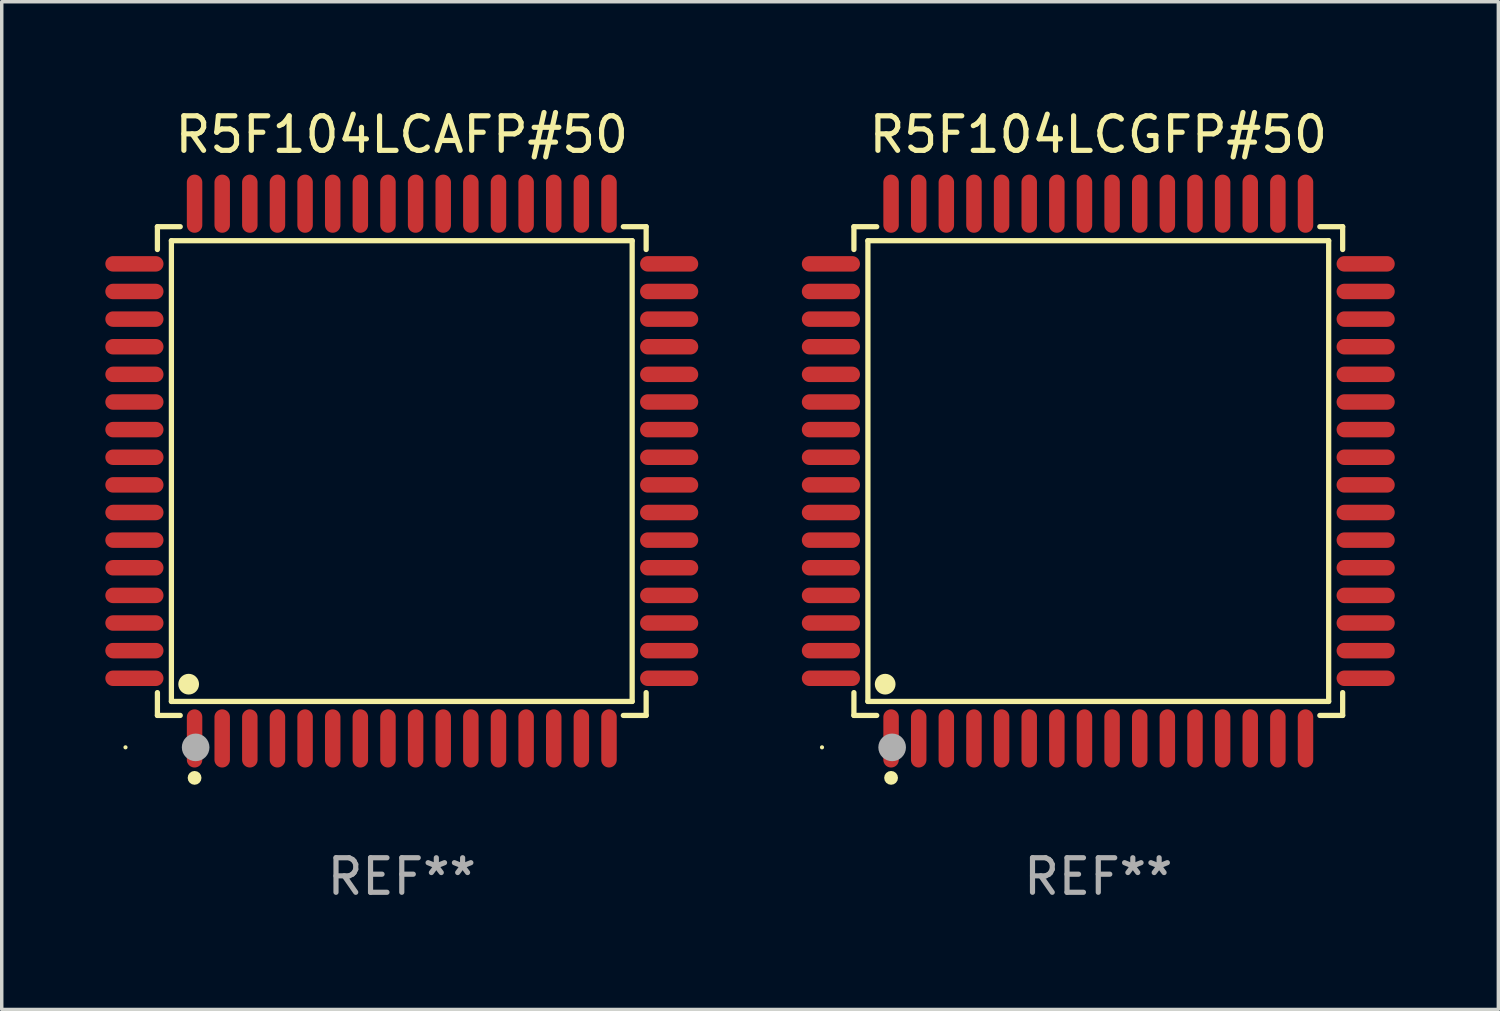
<source format=kicad_pcb>
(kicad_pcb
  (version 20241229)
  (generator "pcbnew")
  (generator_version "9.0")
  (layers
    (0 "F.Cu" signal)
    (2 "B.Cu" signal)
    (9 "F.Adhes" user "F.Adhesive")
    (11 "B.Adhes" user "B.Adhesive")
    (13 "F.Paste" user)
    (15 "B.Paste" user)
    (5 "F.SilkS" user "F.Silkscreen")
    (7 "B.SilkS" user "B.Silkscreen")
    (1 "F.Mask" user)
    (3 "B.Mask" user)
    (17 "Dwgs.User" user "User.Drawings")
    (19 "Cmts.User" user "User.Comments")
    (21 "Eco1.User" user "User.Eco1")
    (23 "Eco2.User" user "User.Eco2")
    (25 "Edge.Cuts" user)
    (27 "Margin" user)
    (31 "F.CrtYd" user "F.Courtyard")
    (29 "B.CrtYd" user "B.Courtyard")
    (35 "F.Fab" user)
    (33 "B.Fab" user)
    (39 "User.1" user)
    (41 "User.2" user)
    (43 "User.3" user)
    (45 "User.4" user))
  (footprint "R5F104LCGFP#50"
    (layer "F.Cu")
    (at 28.752 10.59)
    (property "Reference" "R5F104LCGFP#50" (at 0 -9.742 0) (layer "F.SilkS") (effects (font (size 1 1) (thickness 0.15))))
    (attr through_hole)
    (fp_line (start -7.076 -7.076) (end -6.415 -7.076) (stroke (width 0.152) (type solid)) (layer "F.SilkS"))
    (fp_line (start -7.076 -6.415) (end -7.076 -7.076) (stroke (width 0.152) (type solid)) (layer "F.SilkS"))
    (fp_line (start -7.076 6.415) (end -7.076 7.076) (stroke (width 0.152) (type solid)) (layer "F.SilkS"))
    (fp_line (start -7.076 7.076) (end -6.415 7.076) (stroke (width 0.152) (type solid)) (layer "F.SilkS"))
    (fp_line (start -6.671 -6.671) (end 6.671 -6.671) (stroke (width 0.152) (type solid)) (layer "F.SilkS"))
    (fp_line (start -6.671 6.671) (end -6.671 -6.671) (stroke (width 0.152) (type solid)) (layer "F.SilkS"))
    (fp_line (start 6.671 -6.671) (end 6.671 6.671) (stroke (width 0.152) (type solid)) (layer "F.SilkS"))
    (fp_line (start 6.671 6.671) (end -6.671 6.671) (stroke (width 0.152) (type solid)) (layer "F.SilkS"))
    (fp_line (start 7.076 -7.076) (end 6.415 -7.076) (stroke (width 0.152) (type solid)) (layer "F.SilkS"))
    (fp_line (start 7.076 -6.415) (end 7.076 -7.076) (stroke (width 0.152) (type solid)) (layer "F.SilkS"))
    (fp_line (start 7.076 6.415) (end 7.076 7.076) (stroke (width 0.152) (type solid)) (layer "F.SilkS"))
    (fp_line (start 7.076 7.076) (end 6.415 7.076) (stroke (width 0.152) (type solid)) (layer "F.SilkS"))
    (fp_circle (center -8 8) (end -7.97 8) (stroke (width 0.06) (type solid)) (fill no) (layer "F.SilkS"))
    (fp_circle (center -6.171 6.171) (end -6.021 6.171) (stroke (width 0.3) (type solid)) (fill no) (layer "F.SilkS"))
    (fp_circle (center -6 8.884) (end -5.9 8.884) (stroke (width 0.2) (type solid)) (fill no) (layer "F.SilkS"))
    (fp_circle (center -5.969 8.001) (end -5.769 8.001) (stroke (width 0.4) (type solid)) (fill no) (layer "F.Fab"))
    (fp_text user "REF**" (at 0 11.742 0) (layer "F.Fab") (effects (font (size 1 1) (thickness 0.15))))
    (pad "1" smd oval (at -6 7.742) (size 0.448 1.684) (layers "F.Cu" "F.Mask" "F.Paste"))
    (pad "2" smd oval (at -5.2 7.742) (size 0.448 1.684) (layers "F.Cu" "F.Mask" "F.Paste"))
    (pad "3" smd oval (at -4.4 7.742) (size 0.448 1.684) (layers "F.Cu" "F.Mask" "F.Paste"))
    (pad "4" smd oval (at -3.6 7.742) (size 0.448 1.684) (layers "F.Cu" "F.Mask" "F.Paste"))
    (pad "5" smd oval (at -2.8 7.742) (size 0.448 1.684) (layers "F.Cu" "F.Mask" "F.Paste"))
    (pad "6" smd oval (at -2 7.742) (size 0.448 1.684) (layers "F.Cu" "F.Mask" "F.Paste"))
    (pad "7" smd oval (at -1.2 7.742) (size 0.448 1.684) (layers "F.Cu" "F.Mask" "F.Paste"))
    (pad "8" smd oval (at -0.4 7.742) (size 0.448 1.684) (layers "F.Cu" "F.Mask" "F.Paste"))
    (pad "9" smd oval (at 0.4 7.742) (size 0.448 1.684) (layers "F.Cu" "F.Mask" "F.Paste"))
    (pad "10" smd oval (at 1.2 7.742) (size 0.448 1.684) (layers "F.Cu" "F.Mask" "F.Paste"))
    (pad "11" smd oval (at 2 7.742) (size 0.448 1.684) (layers "F.Cu" "F.Mask" "F.Paste"))
    (pad "12" smd oval (at 2.8 7.742) (size 0.448 1.684) (layers "F.Cu" "F.Mask" "F.Paste"))
    (pad "13" smd oval (at 3.6 7.742) (size 0.448 1.684) (layers "F.Cu" "F.Mask" "F.Paste"))
    (pad "14" smd oval (at 4.4 7.742) (size 0.448 1.684) (layers "F.Cu" "F.Mask" "F.Paste"))
    (pad "15" smd oval (at 5.2 7.742) (size 0.448 1.684) (layers "F.Cu" "F.Mask" "F.Paste"))
    (pad "16" smd oval (at 6 7.742) (size 0.448 1.684) (layers "F.Cu" "F.Mask" "F.Paste"))
    (pad "17" smd oval (at 7.742 6) (size 1.684 0.448) (layers "F.Cu" "F.Mask" "F.Paste"))
    (pad "18" smd oval (at 7.742 5.2) (size 1.684 0.448) (layers "F.Cu" "F.Mask" "F.Paste"))
    (pad "19" smd oval (at 7.742 4.4) (size 1.684 0.448) (layers "F.Cu" "F.Mask" "F.Paste"))
    (pad "20" smd oval (at 7.742 3.6) (size 1.684 0.448) (layers "F.Cu" "F.Mask" "F.Paste"))
    (pad "21" smd oval (at 7.742 2.8) (size 1.684 0.448) (layers "F.Cu" "F.Mask" "F.Paste"))
    (pad "22" smd oval (at 7.742 2) (size 1.684 0.448) (layers "F.Cu" "F.Mask" "F.Paste"))
    (pad "23" smd oval (at 7.742 1.2) (size 1.684 0.448) (layers "F.Cu" "F.Mask" "F.Paste"))
    (pad "24" smd oval (at 7.742 0.4) (size 1.684 0.448) (layers "F.Cu" "F.Mask" "F.Paste"))
    (pad "25" smd oval (at 7.742 -0.4) (size 1.684 0.448) (layers "F.Cu" "F.Mask" "F.Paste"))
    (pad "26" smd oval (at 7.742 -1.2) (size 1.684 0.448) (layers "F.Cu" "F.Mask" "F.Paste"))
    (pad "27" smd oval (at 7.742 -2) (size 1.684 0.448) (layers "F.Cu" "F.Mask" "F.Paste"))
    (pad "28" smd oval (at 7.742 -2.8) (size 1.684 0.448) (layers "F.Cu" "F.Mask" "F.Paste"))
    (pad "29" smd oval (at 7.742 -3.6) (size 1.684 0.448) (layers "F.Cu" "F.Mask" "F.Paste"))
    (pad "30" smd oval (at 7.742 -4.4) (size 1.684 0.448) (layers "F.Cu" "F.Mask" "F.Paste"))
    (pad "31" smd oval (at 7.742 -5.2) (size 1.684 0.448) (layers "F.Cu" "F.Mask" "F.Paste"))
    (pad "32" smd oval (at 7.742 -6) (size 1.684 0.448) (layers "F.Cu" "F.Mask" "F.Paste"))
    (pad "33" smd oval (at 6 -7.742) (size 0.448 1.684) (layers "F.Cu" "F.Mask" "F.Paste"))
    (pad "34" smd oval (at 5.2 -7.742) (size 0.448 1.684) (layers "F.Cu" "F.Mask" "F.Paste"))
    (pad "35" smd oval (at 4.4 -7.742) (size 0.448 1.684) (layers "F.Cu" "F.Mask" "F.Paste"))
    (pad "36" smd oval (at 3.6 -7.742) (size 0.448 1.684) (layers "F.Cu" "F.Mask" "F.Paste"))
    (pad "37" smd oval (at 2.8 -7.742) (size 0.448 1.684) (layers "F.Cu" "F.Mask" "F.Paste"))
    (pad "38" smd oval (at 2 -7.742) (size 0.448 1.684) (layers "F.Cu" "F.Mask" "F.Paste"))
    (pad "39" smd oval (at 1.2 -7.742) (size 0.448 1.684) (layers "F.Cu" "F.Mask" "F.Paste"))
    (pad "40" smd oval (at 0.4 -7.742) (size 0.448 1.684) (layers "F.Cu" "F.Mask" "F.Paste"))
    (pad "41" smd oval (at -0.4 -7.742) (size 0.448 1.684) (layers "F.Cu" "F.Mask" "F.Paste"))
    (pad "42" smd oval (at -1.2 -7.742) (size 0.448 1.684) (layers "F.Cu" "F.Mask" "F.Paste"))
    (pad "43" smd oval (at -2 -7.742) (size 0.448 1.684) (layers "F.Cu" "F.Mask" "F.Paste"))
    (pad "44" smd oval (at -2.8 -7.742) (size 0.448 1.684) (layers "F.Cu" "F.Mask" "F.Paste"))
    (pad "45" smd oval (at -3.6 -7.742) (size 0.448 1.684) (layers "F.Cu" "F.Mask" "F.Paste"))
    (pad "46" smd oval (at -4.4 -7.742) (size 0.448 1.684) (layers "F.Cu" "F.Mask" "F.Paste"))
    (pad "47" smd oval (at -5.2 -7.742) (size 0.448 1.684) (layers "F.Cu" "F.Mask" "F.Paste"))
    (pad "48" smd oval (at -6 -7.742) (size 0.448 1.684) (layers "F.Cu" "F.Mask" "F.Paste"))
    (pad "49" smd oval (at -7.742 -6) (size 1.684 0.448) (layers "F.Cu" "F.Mask" "F.Paste"))
    (pad "50" smd oval (at -7.742 -5.2) (size 1.684 0.448) (layers "F.Cu" "F.Mask" "F.Paste"))
    (pad "51" smd oval (at -7.742 -4.4) (size 1.684 0.448) (layers "F.Cu" "F.Mask" "F.Paste"))
    (pad "52" smd oval (at -7.742 -3.6) (size 1.684 0.448) (layers "F.Cu" "F.Mask" "F.Paste"))
    (pad "53" smd oval (at -7.742 -2.8) (size 1.684 0.448) (layers "F.Cu" "F.Mask" "F.Paste"))
    (pad "54" smd oval (at -7.742 -2) (size 1.684 0.448) (layers "F.Cu" "F.Mask" "F.Paste"))
    (pad "55" smd oval (at -7.742 -1.2) (size 1.684 0.448) (layers "F.Cu" "F.Mask" "F.Paste"))
    (pad "56" smd oval (at -7.742 -0.4) (size 1.684 0.448) (layers "F.Cu" "F.Mask" "F.Paste"))
    (pad "57" smd oval (at -7.742 0.4) (size 1.684 0.448) (layers "F.Cu" "F.Mask" "F.Paste"))
    (pad "58" smd oval (at -7.742 1.2) (size 1.684 0.448) (layers "F.Cu" "F.Mask" "F.Paste"))
    (pad "59" smd oval (at -7.742 2) (size 1.684 0.448) (layers "F.Cu" "F.Mask" "F.Paste"))
    (pad "60" smd oval (at -7.742 2.8) (size 1.684 0.448) (layers "F.Cu" "F.Mask" "F.Paste"))
    (pad "61" smd oval (at -7.742 3.6) (size 1.684 0.448) (layers "F.Cu" "F.Mask" "F.Paste"))
    (pad "62" smd oval (at -7.742 4.4) (size 1.684 0.448) (layers "F.Cu" "F.Mask" "F.Paste"))
    (pad "63" smd oval (at -7.742 5.2) (size 1.684 0.448) (layers "F.Cu" "F.Mask" "F.Paste"))
    (pad "64" smd oval (at -7.742 6) (size 1.684 0.448) (layers "F.Cu" "F.Mask" "F.Paste")))
  (footprint "R5F104LCAFP#50"
    (layer "F.Cu")
    (at 8.584 10.59)
    (property "Reference" "R5F104LCAFP#50" (at 0 -9.742 0) (layer "F.SilkS") (effects (font (size 1 1) (thickness 0.15))))
    (attr through_hole)
    (fp_line (start -7.076 -7.076) (end -6.415 -7.076) (stroke (width 0.152) (type solid)) (layer "F.SilkS"))
    (fp_line (start -7.076 -6.415) (end -7.076 -7.076) (stroke (width 0.152) (type solid)) (layer "F.SilkS"))
    (fp_line (start -7.076 6.415) (end -7.076 7.076) (stroke (width 0.152) (type solid)) (layer "F.SilkS"))
    (fp_line (start -7.076 7.076) (end -6.415 7.076) (stroke (width 0.152) (type solid)) (layer "F.SilkS"))
    (fp_line (start -6.671 -6.671) (end 6.671 -6.671) (stroke (width 0.152) (type solid)) (layer "F.SilkS"))
    (fp_line (start -6.671 6.671) (end -6.671 -6.671) (stroke (width 0.152) (type solid)) (layer "F.SilkS"))
    (fp_line (start 6.671 -6.671) (end 6.671 6.671) (stroke (width 0.152) (type solid)) (layer "F.SilkS"))
    (fp_line (start 6.671 6.671) (end -6.671 6.671) (stroke (width 0.152) (type solid)) (layer "F.SilkS"))
    (fp_line (start 7.076 -7.076) (end 6.415 -7.076) (stroke (width 0.152) (type solid)) (layer "F.SilkS"))
    (fp_line (start 7.076 -6.415) (end 7.076 -7.076) (stroke (width 0.152) (type solid)) (layer "F.SilkS"))
    (fp_line (start 7.076 6.415) (end 7.076 7.076) (stroke (width 0.152) (type solid)) (layer "F.SilkS"))
    (fp_line (start 7.076 7.076) (end 6.415 7.076) (stroke (width 0.152) (type solid)) (layer "F.SilkS"))
    (fp_circle (center -8 8) (end -7.97 8) (stroke (width 0.06) (type solid)) (fill no) (layer "F.SilkS"))
    (fp_circle (center -6.171 6.171) (end -6.021 6.171) (stroke (width 0.3) (type solid)) (fill no) (layer "F.SilkS"))
    (fp_circle (center -6 8.884) (end -5.9 8.884) (stroke (width 0.2) (type solid)) (fill no) (layer "F.SilkS"))
    (fp_circle (center -5.969 8.001) (end -5.769 8.001) (stroke (width 0.4) (type solid)) (fill no) (layer "F.Fab"))
    (fp_text user "REF**" (at 0 11.742 0) (layer "F.Fab") (effects (font (size 1 1) (thickness 0.15))))
    (pad "1" smd oval (at -6 7.742) (size 0.448 1.684) (layers "F.Cu" "F.Mask" "F.Paste"))
    (pad "2" smd oval (at -5.2 7.742) (size 0.448 1.684) (layers "F.Cu" "F.Mask" "F.Paste"))
    (pad "3" smd oval (at -4.4 7.742) (size 0.448 1.684) (layers "F.Cu" "F.Mask" "F.Paste"))
    (pad "4" smd oval (at -3.6 7.742) (size 0.448 1.684) (layers "F.Cu" "F.Mask" "F.Paste"))
    (pad "5" smd oval (at -2.8 7.742) (size 0.448 1.684) (layers "F.Cu" "F.Mask" "F.Paste"))
    (pad "6" smd oval (at -2 7.742) (size 0.448 1.684) (layers "F.Cu" "F.Mask" "F.Paste"))
    (pad "7" smd oval (at -1.2 7.742) (size 0.448 1.684) (layers "F.Cu" "F.Mask" "F.Paste"))
    (pad "8" smd oval (at -0.4 7.742) (size 0.448 1.684) (layers "F.Cu" "F.Mask" "F.Paste"))
    (pad "9" smd oval (at 0.4 7.742) (size 0.448 1.684) (layers "F.Cu" "F.Mask" "F.Paste"))
    (pad "10" smd oval (at 1.2 7.742) (size 0.448 1.684) (layers "F.Cu" "F.Mask" "F.Paste"))
    (pad "11" smd oval (at 2 7.742) (size 0.448 1.684) (layers "F.Cu" "F.Mask" "F.Paste"))
    (pad "12" smd oval (at 2.8 7.742) (size 0.448 1.684) (layers "F.Cu" "F.Mask" "F.Paste"))
    (pad "13" smd oval (at 3.6 7.742) (size 0.448 1.684) (layers "F.Cu" "F.Mask" "F.Paste"))
    (pad "14" smd oval (at 4.4 7.742) (size 0.448 1.684) (layers "F.Cu" "F.Mask" "F.Paste"))
    (pad "15" smd oval (at 5.2 7.742) (size 0.448 1.684) (layers "F.Cu" "F.Mask" "F.Paste"))
    (pad "16" smd oval (at 6 7.742) (size 0.448 1.684) (layers "F.Cu" "F.Mask" "F.Paste"))
    (pad "17" smd oval (at 7.742 6) (size 1.684 0.448) (layers "F.Cu" "F.Mask" "F.Paste"))
    (pad "18" smd oval (at 7.742 5.2) (size 1.684 0.448) (layers "F.Cu" "F.Mask" "F.Paste"))
    (pad "19" smd oval (at 7.742 4.4) (size 1.684 0.448) (layers "F.Cu" "F.Mask" "F.Paste"))
    (pad "20" smd oval (at 7.742 3.6) (size 1.684 0.448) (layers "F.Cu" "F.Mask" "F.Paste"))
    (pad "21" smd oval (at 7.742 2.8) (size 1.684 0.448) (layers "F.Cu" "F.Mask" "F.Paste"))
    (pad "22" smd oval (at 7.742 2) (size 1.684 0.448) (layers "F.Cu" "F.Mask" "F.Paste"))
    (pad "23" smd oval (at 7.742 1.2) (size 1.684 0.448) (layers "F.Cu" "F.Mask" "F.Paste"))
    (pad "24" smd oval (at 7.742 0.4) (size 1.684 0.448) (layers "F.Cu" "F.Mask" "F.Paste"))
    (pad "25" smd oval (at 7.742 -0.4) (size 1.684 0.448) (layers "F.Cu" "F.Mask" "F.Paste"))
    (pad "26" smd oval (at 7.742 -1.2) (size 1.684 0.448) (layers "F.Cu" "F.Mask" "F.Paste"))
    (pad "27" smd oval (at 7.742 -2) (size 1.684 0.448) (layers "F.Cu" "F.Mask" "F.Paste"))
    (pad "28" smd oval (at 7.742 -2.8) (size 1.684 0.448) (layers "F.Cu" "F.Mask" "F.Paste"))
    (pad "29" smd oval (at 7.742 -3.6) (size 1.684 0.448) (layers "F.Cu" "F.Mask" "F.Paste"))
    (pad "30" smd oval (at 7.742 -4.4) (size 1.684 0.448) (layers "F.Cu" "F.Mask" "F.Paste"))
    (pad "31" smd oval (at 7.742 -5.2) (size 1.684 0.448) (layers "F.Cu" "F.Mask" "F.Paste"))
    (pad "32" smd oval (at 7.742 -6) (size 1.684 0.448) (layers "F.Cu" "F.Mask" "F.Paste"))
    (pad "33" smd oval (at 6 -7.742) (size 0.448 1.684) (layers "F.Cu" "F.Mask" "F.Paste"))
    (pad "34" smd oval (at 5.2 -7.742) (size 0.448 1.684) (layers "F.Cu" "F.Mask" "F.Paste"))
    (pad "35" smd oval (at 4.4 -7.742) (size 0.448 1.684) (layers "F.Cu" "F.Mask" "F.Paste"))
    (pad "36" smd oval (at 3.6 -7.742) (size 0.448 1.684) (layers "F.Cu" "F.Mask" "F.Paste"))
    (pad "37" smd oval (at 2.8 -7.742) (size 0.448 1.684) (layers "F.Cu" "F.Mask" "F.Paste"))
    (pad "38" smd oval (at 2 -7.742) (size 0.448 1.684) (layers "F.Cu" "F.Mask" "F.Paste"))
    (pad "39" smd oval (at 1.2 -7.742) (size 0.448 1.684) (layers "F.Cu" "F.Mask" "F.Paste"))
    (pad "40" smd oval (at 0.4 -7.742) (size 0.448 1.684) (layers "F.Cu" "F.Mask" "F.Paste"))
    (pad "41" smd oval (at -0.4 -7.742) (size 0.448 1.684) (layers "F.Cu" "F.Mask" "F.Paste"))
    (pad "42" smd oval (at -1.2 -7.742) (size 0.448 1.684) (layers "F.Cu" "F.Mask" "F.Paste"))
    (pad "43" smd oval (at -2 -7.742) (size 0.448 1.684) (layers "F.Cu" "F.Mask" "F.Paste"))
    (pad "44" smd oval (at -2.8 -7.742) (size 0.448 1.684) (layers "F.Cu" "F.Mask" "F.Paste"))
    (pad "45" smd oval (at -3.6 -7.742) (size 0.448 1.684) (layers "F.Cu" "F.Mask" "F.Paste"))
    (pad "46" smd oval (at -4.4 -7.742) (size 0.448 1.684) (layers "F.Cu" "F.Mask" "F.Paste"))
    (pad "47" smd oval (at -5.2 -7.742) (size 0.448 1.684) (layers "F.Cu" "F.Mask" "F.Paste"))
    (pad "48" smd oval (at -6 -7.742) (size 0.448 1.684) (layers "F.Cu" "F.Mask" "F.Paste"))
    (pad "49" smd oval (at -7.742 -6) (size 1.684 0.448) (layers "F.Cu" "F.Mask" "F.Paste"))
    (pad "50" smd oval (at -7.742 -5.2) (size 1.684 0.448) (layers "F.Cu" "F.Mask" "F.Paste"))
    (pad "51" smd oval (at -7.742 -4.4) (size 1.684 0.448) (layers "F.Cu" "F.Mask" "F.Paste"))
    (pad "52" smd oval (at -7.742 -3.6) (size 1.684 0.448) (layers "F.Cu" "F.Mask" "F.Paste"))
    (pad "53" smd oval (at -7.742 -2.8) (size 1.684 0.448) (layers "F.Cu" "F.Mask" "F.Paste"))
    (pad "54" smd oval (at -7.742 -2) (size 1.684 0.448) (layers "F.Cu" "F.Mask" "F.Paste"))
    (pad "55" smd oval (at -7.742 -1.2) (size 1.684 0.448) (layers "F.Cu" "F.Mask" "F.Paste"))
    (pad "56" smd oval (at -7.742 -0.4) (size 1.684 0.448) (layers "F.Cu" "F.Mask" "F.Paste"))
    (pad "57" smd oval (at -7.742 0.4) (size 1.684 0.448) (layers "F.Cu" "F.Mask" "F.Paste"))
    (pad "58" smd oval (at -7.742 1.2) (size 1.684 0.448) (layers "F.Cu" "F.Mask" "F.Paste"))
    (pad "59" smd oval (at -7.742 2) (size 1.684 0.448) (layers "F.Cu" "F.Mask" "F.Paste"))
    (pad "60" smd oval (at -7.742 2.8) (size 1.684 0.448) (layers "F.Cu" "F.Mask" "F.Paste"))
    (pad "61" smd oval (at -7.742 3.6) (size 1.684 0.448) (layers "F.Cu" "F.Mask" "F.Paste"))
    (pad "62" smd oval (at -7.742 4.4) (size 1.684 0.448) (layers "F.Cu" "F.Mask" "F.Paste"))
    (pad "63" smd oval (at -7.742 5.2) (size 1.684 0.448) (layers "F.Cu" "F.Mask" "F.Paste"))
    (pad "64" smd oval (at -7.742 6) (size 1.684 0.448) (layers "F.Cu" "F.Mask" "F.Paste")))
  (gr_rect
    (start -3 -3)
    (end 40.336 26.18)
    (stroke (width 0.1) (type default))
    (fill no)
    (layer "Edge.Cuts")))
</source>
